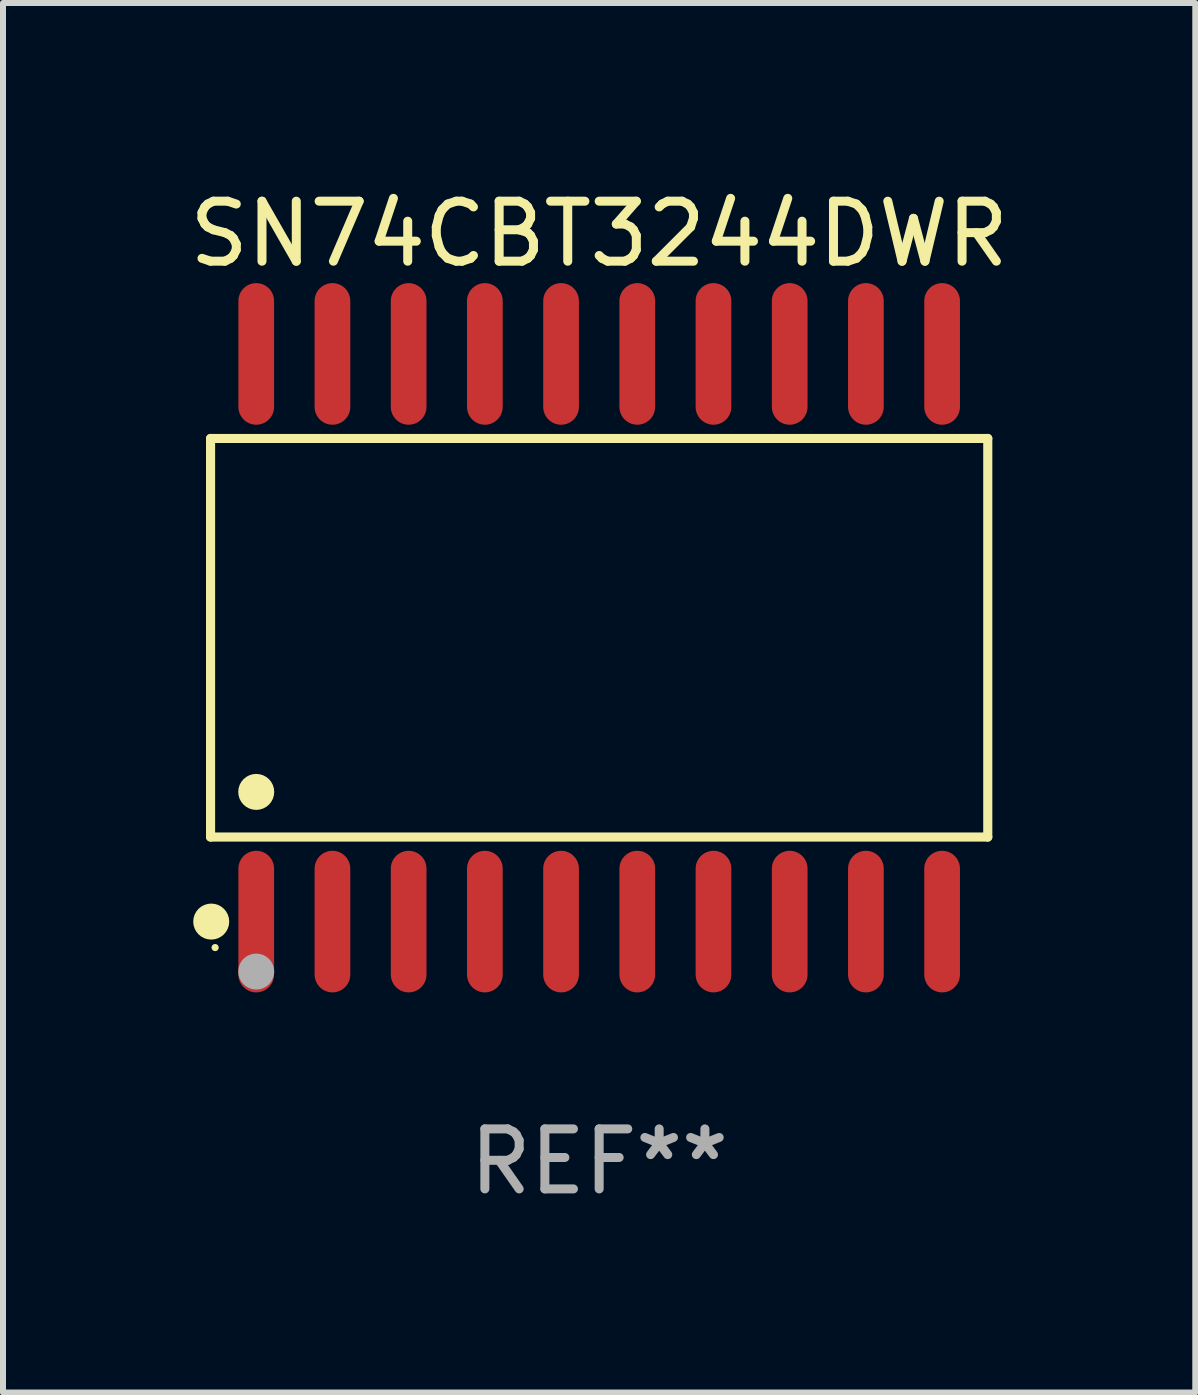
<source format=kicad_pcb>
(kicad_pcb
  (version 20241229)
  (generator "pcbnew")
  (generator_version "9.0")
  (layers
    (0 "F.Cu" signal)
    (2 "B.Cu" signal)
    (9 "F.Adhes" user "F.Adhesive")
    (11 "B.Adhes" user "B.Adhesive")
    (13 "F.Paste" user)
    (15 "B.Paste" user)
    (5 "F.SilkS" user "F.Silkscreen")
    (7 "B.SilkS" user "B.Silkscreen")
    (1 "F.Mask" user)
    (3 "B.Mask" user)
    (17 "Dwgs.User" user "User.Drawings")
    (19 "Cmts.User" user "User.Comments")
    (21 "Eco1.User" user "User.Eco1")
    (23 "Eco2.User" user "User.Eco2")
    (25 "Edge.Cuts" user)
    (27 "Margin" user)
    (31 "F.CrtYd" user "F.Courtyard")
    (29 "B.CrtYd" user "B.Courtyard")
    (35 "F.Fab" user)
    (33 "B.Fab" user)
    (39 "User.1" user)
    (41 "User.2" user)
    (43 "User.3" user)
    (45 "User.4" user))
  (footprint "SN74CBT3244DWR"
    (layer "F.Cu")
    (at 6.935 7.578)
    (property "Reference" "SN74CBT3244DWR" (at 0 -6.73 0) (layer "F.SilkS") (effects (font (size 1 1) (thickness 0.15))))
    (attr through_hole)
    (fp_line (start -6.476 -3.321) (end 6.476 -3.321) (stroke (width 0.152) (type solid)) (layer "F.SilkS"))
    (fp_line (start -6.476 3.321) (end -6.476 -3.321) (stroke (width 0.152) (type solid)) (layer "F.SilkS"))
    (fp_line (start 6.476 -3.321) (end 6.476 3.321) (stroke (width 0.152) (type solid)) (layer "F.SilkS"))
    (fp_line (start 6.476 3.321) (end -6.476 3.321) (stroke (width 0.152) (type solid)) (layer "F.SilkS"))
    (fp_circle (center -6.465 4.73) (end -6.315 4.73) (stroke (width 0.3) (type solid)) (fill no) (layer "F.SilkS"))
    (fp_circle (center -6.4 5.163) (end -6.37 5.163) (stroke (width 0.06) (type solid)) (fill no) (layer "F.SilkS"))
    (fp_circle (center -5.715 2.569) (end -5.565 2.569) (stroke (width 0.3) (type solid)) (fill no) (layer "F.SilkS"))
    (fp_circle (center -5.715 5.563) (end -5.565 5.563) (stroke (width 0.3) (type solid)) (fill no) (layer "F.Fab"))
    (fp_text user "REF**" (at 0 8.73 0) (layer "F.Fab") (effects (font (size 1 1) (thickness 0.15))))
    (pad "1" smd oval (at -5.715 4.73) (size 0.595 2.36) (layers "F.Cu" "F.Mask" "F.Paste"))
    (pad "2" smd oval (at -4.445 4.73) (size 0.595 2.36) (layers "F.Cu" "F.Mask" "F.Paste"))
    (pad "3" smd oval (at -3.175 4.73) (size 0.595 2.36) (layers "F.Cu" "F.Mask" "F.Paste"))
    (pad "4" smd oval (at -1.905 4.73) (size 0.595 2.36) (layers "F.Cu" "F.Mask" "F.Paste"))
    (pad "5" smd oval (at -0.635 4.73) (size 0.595 2.36) (layers "F.Cu" "F.Mask" "F.Paste"))
    (pad "6" smd oval (at 0.635 4.73) (size 0.595 2.36) (layers "F.Cu" "F.Mask" "F.Paste"))
    (pad "7" smd oval (at 1.905 4.73) (size 0.595 2.36) (layers "F.Cu" "F.Mask" "F.Paste"))
    (pad "8" smd oval (at 3.175 4.73) (size 0.595 2.36) (layers "F.Cu" "F.Mask" "F.Paste"))
    (pad "9" smd oval (at 4.445 4.73) (size 0.595 2.36) (layers "F.Cu" "F.Mask" "F.Paste"))
    (pad "10" smd oval (at 5.715 4.73) (size 0.595 2.36) (layers "F.Cu" "F.Mask" "F.Paste"))
    (pad "11" smd oval (at 5.715 -4.73) (size 0.595 2.36) (layers "F.Cu" "F.Mask" "F.Paste"))
    (pad "12" smd oval (at 4.445 -4.73) (size 0.595 2.36) (layers "F.Cu" "F.Mask" "F.Paste"))
    (pad "13" smd oval (at 3.175 -4.73) (size 0.595 2.36) (layers "F.Cu" "F.Mask" "F.Paste"))
    (pad "14" smd oval (at 1.905 -4.73) (size 0.595 2.36) (layers "F.Cu" "F.Mask" "F.Paste"))
    (pad "15" smd oval (at 0.635 -4.73) (size 0.595 2.36) (layers "F.Cu" "F.Mask" "F.Paste"))
    (pad "16" smd oval (at -0.635 -4.73) (size 0.595 2.36) (layers "F.Cu" "F.Mask" "F.Paste"))
    (pad "17" smd oval (at -1.905 -4.73) (size 0.595 2.36) (layers "F.Cu" "F.Mask" "F.Paste"))
    (pad "18" smd oval (at -3.175 -4.73) (size 0.595 2.36) (layers "F.Cu" "F.Mask" "F.Paste"))
    (pad "19" smd oval (at -4.445 -4.73) (size 0.595 2.36) (layers "F.Cu" "F.Mask" "F.Paste"))
    (pad "20" smd oval (at -5.715 -4.73) (size 0.595 2.36) (layers "F.Cu" "F.Mask" "F.Paste")))
  (gr_rect
    (start -3 -3)
    (end 16.869 20.156)
    (stroke (width 0.1) (type default))
    (fill no)
    (layer "Edge.Cuts")))
</source>
